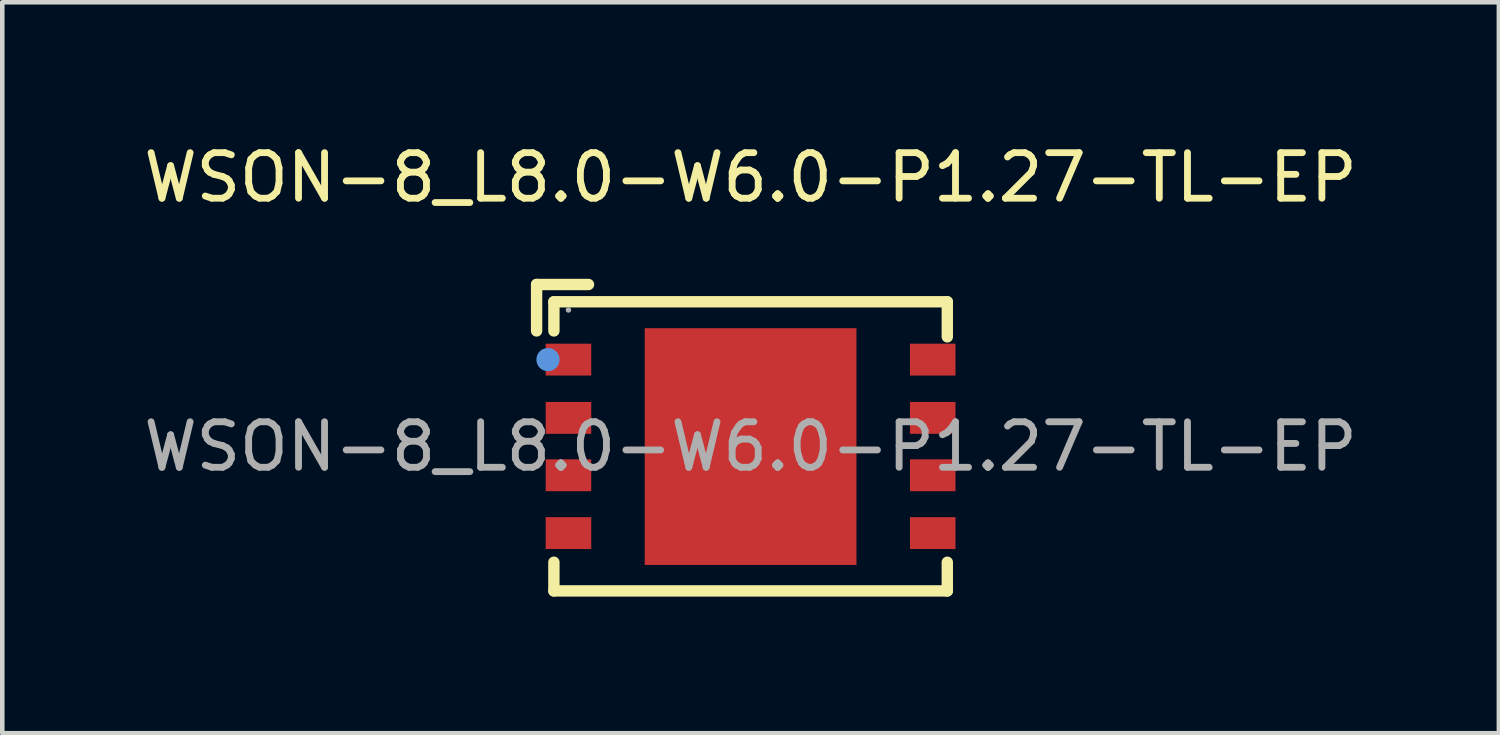
<source format=kicad_pcb>
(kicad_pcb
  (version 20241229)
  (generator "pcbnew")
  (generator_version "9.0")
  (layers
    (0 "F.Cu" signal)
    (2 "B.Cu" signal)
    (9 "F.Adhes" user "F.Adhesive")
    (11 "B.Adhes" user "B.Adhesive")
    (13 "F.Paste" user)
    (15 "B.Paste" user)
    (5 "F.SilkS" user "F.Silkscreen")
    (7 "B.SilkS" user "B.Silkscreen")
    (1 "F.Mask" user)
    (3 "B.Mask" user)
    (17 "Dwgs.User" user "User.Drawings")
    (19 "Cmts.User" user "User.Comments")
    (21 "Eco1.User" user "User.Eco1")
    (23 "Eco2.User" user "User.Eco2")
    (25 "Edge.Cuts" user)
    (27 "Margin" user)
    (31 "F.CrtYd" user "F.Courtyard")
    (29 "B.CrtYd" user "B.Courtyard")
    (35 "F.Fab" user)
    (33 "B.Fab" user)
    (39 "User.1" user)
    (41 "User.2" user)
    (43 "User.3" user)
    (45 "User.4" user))
  (footprint "WSON-8_L8.0-W6.0-P1.27-TL-EP"
    (layer "F.Cu")
    (at 13.435 6.758)
    (property "Reference" "WSON-8_L8.0-W6.0-P1.27-TL-EP" (at 0 -5.91 0) (layer "F.SilkS") (effects (font (size 1 1) (thickness 0.15))))
    (attr through_hole)
    (fp_line (start -4.7 -3.56) (end -3.56 -3.56) (stroke (width 0.25) (type solid)) (layer "F.SilkS"))
    (fp_line (start -4.7 -2.54) (end -4.7 -3.56) (stroke (width 0.25) (type solid)) (layer "F.SilkS"))
    (fp_line (start -4.32 -3.18) (end 4.32 -3.18) (stroke (width 0.25) (type solid)) (layer "F.SilkS"))
    (fp_line (start -4.32 -2.54) (end -4.32 -3.18) (stroke (width 0.25) (type solid)) (layer "F.SilkS"))
    (fp_line (start -4.32 2.54) (end -4.32 3.17) (stroke (width 0.25) (type solid)) (layer "F.SilkS"))
    (fp_line (start -4.32 3.17) (end 4.32 3.17) (stroke (width 0.25) (type solid)) (layer "F.SilkS"))
    (fp_line (start 4.32 -3.18) (end 4.32 -2.41) (stroke (width 0.25) (type solid)) (layer "F.SilkS"))
    (fp_line (start 4.32 3.17) (end 4.32 2.54) (stroke (width 0.25) (type solid)) (layer "F.SilkS"))
    (fp_circle (center -4.45 -1.91) (end -4.32 -1.91) (stroke (width 0.25) (type solid)) (fill no) (layer "Cmts.User"))
    (fp_circle (center -4 -3) (end -3.97 -3) (stroke (width 0.06) (type solid)) (fill no) (layer "F.Fab"))
    (fp_text user "${REFERENCE}" (at 0 0 0) (layer "F.Fab") (effects (font (size 1 1) (thickness 0.15))))
    (pad "1" smd rect (at -4 -1.91 270) (size 0.7 1) (layers "F.Cu" "F.Mask" "F.Paste"))
    (pad "2" smd rect (at -4 -0.63 270) (size 0.7 1) (layers "F.Cu" "F.Mask" "F.Paste"))
    (pad "3" smd rect (at -4 0.63 270) (size 0.7 1) (layers "F.Cu" "F.Mask" "F.Paste"))
    (pad "4" smd rect (at -4 1.9 270) (size 0.7 1) (layers "F.Cu" "F.Mask" "F.Paste"))
    (pad "5" smd rect (at 4 1.9 90) (size 0.7 1) (layers "F.Cu" "F.Mask" "F.Paste"))
    (pad "6" smd rect (at 4 0.63 90) (size 0.7 1) (layers "F.Cu" "F.Mask" "F.Paste"))
    (pad "7" smd rect (at 4 -0.63 90) (size 0.7 1) (layers "F.Cu" "F.Mask" "F.Paste"))
    (pad "8" smd rect (at 4 -1.91 90) (size 0.7 1) (layers "F.Cu" "F.Mask" "F.Paste"))
    (pad "9" smd rect (at 0 0 90) (size 5.2 4.65) (layers "F.Cu" "F.Mask" "F.Paste")))
  (gr_rect
    (start -3 -3)
    (end 29.869 13.053)
    (stroke (width 0.1) (type default))
    (fill no)
    (layer "Edge.Cuts")))
</source>
